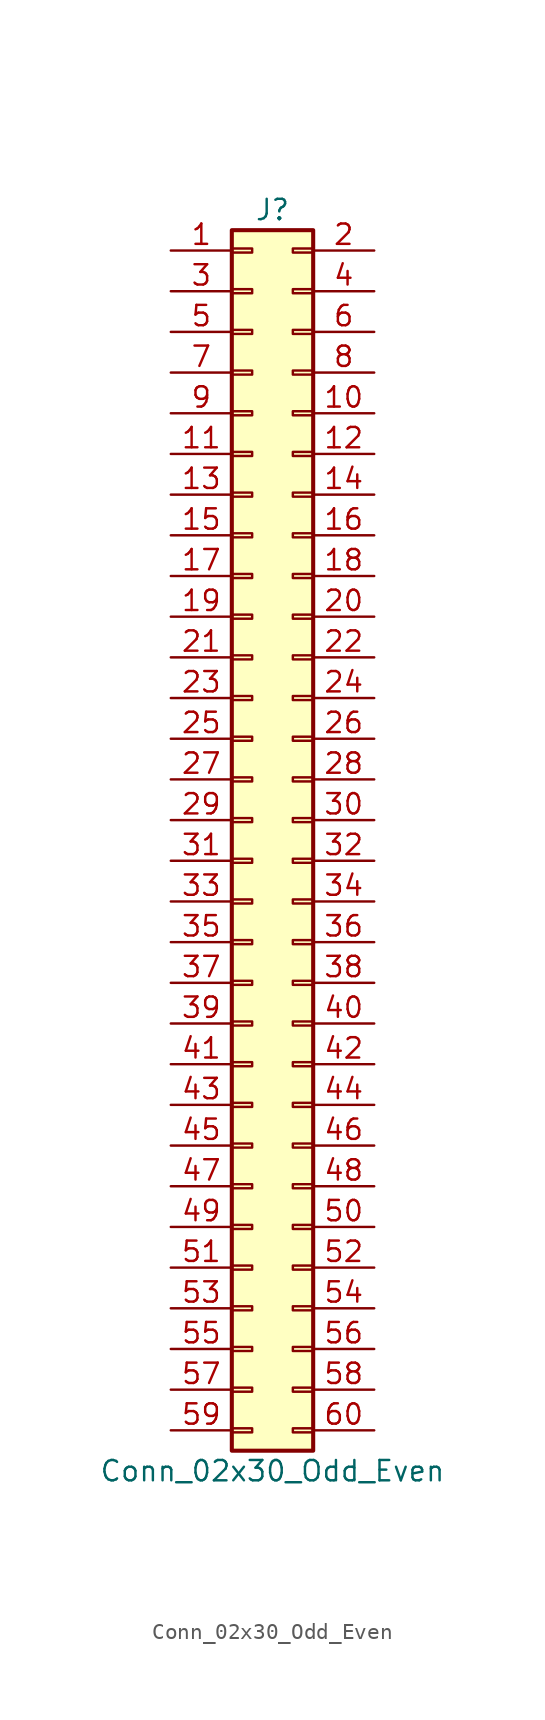
<source format=kicad_sym>
(kicad_symbol_lib
  (version 20201005)
  (generator kicad_symbol_editor)
  (symbol "Conn_02x30_Odd_Even"
    (pin_names
      (offset 1.016) hide)
    (property "Reference" "J"
      (at 1.27 38.1 0)
      (effects (font (size 1.27 1.27))))
    (property "Value" "Conn_02x30_Odd_Even"
      (at 1.27 -40.64 0)
      (effects (font (size 1.27 1.27))))
    (symbol "Conn_02x30_Odd_Even_1_1"
      (rectangle (start -1.27 -37.973) (end 0 -38.227) (stroke (width 0.152)) (fill (type none)))
      (rectangle (start -1.27 -35.433) (end 0 -35.687) (stroke (width 0.152)) (fill (type none)))
      (rectangle (start -1.27 -32.893) (end 0 -33.147) (stroke (width 0.152)) (fill (type none)))
      (rectangle (start -1.27 -30.353) (end 0 -30.607) (stroke (width 0.152)) (fill (type none)))
      (rectangle (start -1.27 -27.813) (end 0 -28.067) (stroke (width 0.152)) (fill (type none)))
      (rectangle (start -1.27 -25.273) (end 0 -25.527) (stroke (width 0.152)) (fill (type none)))
      (rectangle (start -1.27 -22.733) (end 0 -22.987) (stroke (width 0.152)) (fill (type none)))
      (rectangle (start -1.27 -20.193) (end 0 -20.447) (stroke (width 0.152)) (fill (type none)))
      (rectangle (start -1.27 -17.653) (end 0 -17.907) (stroke (width 0.152)) (fill (type none)))
      (rectangle (start -1.27 -15.113) (end 0 -15.367) (stroke (width 0.152)) (fill (type none)))
      (rectangle (start -1.27 -12.573) (end 0 -12.827) (stroke (width 0.152)) (fill (type none)))
      (rectangle (start -1.27 -10.033) (end 0 -10.287) (stroke (width 0.152)) (fill (type none)))
      (rectangle (start -1.27 -7.493) (end 0 -7.747) (stroke (width 0.152)) (fill (type none)))
      (rectangle (start -1.27 -4.953) (end 0 -5.207) (stroke (width 0.152)) (fill (type none)))
      (rectangle (start -1.27 -2.413) (end 0 -2.667) (stroke (width 0.152)) (fill (type none)))
      (rectangle (start -1.27 0.127) (end 0 -0.127) (stroke (width 0.152)) (fill (type none)))
      (rectangle (start -1.27 2.667) (end 0 2.413) (stroke (width 0.152)) (fill (type none)))
      (rectangle (start -1.27 5.207) (end 0 4.953) (stroke (width 0.152)) (fill (type none)))
      (rectangle (start -1.27 7.747) (end 0 7.493) (stroke (width 0.152)) (fill (type none)))
      (rectangle (start -1.27 10.287) (end 0 10.033) (stroke (width 0.152)) (fill (type none)))
      (rectangle (start -1.27 12.827) (end 0 12.573) (stroke (width 0.152)) (fill (type none)))
      (rectangle (start -1.27 15.367) (end 0 15.113) (stroke (width 0.152)) (fill (type none)))
      (rectangle (start -1.27 17.907) (end 0 17.653) (stroke (width 0.152)) (fill (type none)))
      (rectangle (start -1.27 20.447) (end 0 20.193) (stroke (width 0.152)) (fill (type none)))
      (rectangle (start -1.27 22.987) (end 0 22.733) (stroke (width 0.152)) (fill (type none)))
      (rectangle (start -1.27 25.527) (end 0 25.273) (stroke (width 0.152)) (fill (type none)))
      (rectangle (start -1.27 28.067) (end 0 27.813) (stroke (width 0.152)) (fill (type none)))
      (rectangle (start -1.27 30.607) (end 0 30.353) (stroke (width 0.152)) (fill (type none)))
      (rectangle (start -1.27 33.147) (end 0 32.893) (stroke (width 0.152)) (fill (type none)))
      (rectangle (start -1.27 35.687) (end 0 35.433) (stroke (width 0.152)) (fill (type none)))
      (rectangle (start -1.27 36.83) (end 3.81 -39.37) (stroke (width 0.254)) (fill (type background)))
      (rectangle (start 3.81 -37.973) (end 2.54 -38.227) (stroke (width 0.152)) (fill (type none)))
      (rectangle (start 3.81 -35.433) (end 2.54 -35.687) (stroke (width 0.152)) (fill (type none)))
      (rectangle (start 3.81 -32.893) (end 2.54 -33.147) (stroke (width 0.152)) (fill (type none)))
      (rectangle (start 3.81 -30.353) (end 2.54 -30.607) (stroke (width 0.152)) (fill (type none)))
      (rectangle (start 3.81 -27.813) (end 2.54 -28.067) (stroke (width 0.152)) (fill (type none)))
      (rectangle (start 3.81 -25.273) (end 2.54 -25.527) (stroke (width 0.152)) (fill (type none)))
      (rectangle (start 3.81 -22.733) (end 2.54 -22.987) (stroke (width 0.152)) (fill (type none)))
      (rectangle (start 3.81 -20.193) (end 2.54 -20.447) (stroke (width 0.152)) (fill (type none)))
      (rectangle (start 3.81 -17.653) (end 2.54 -17.907) (stroke (width 0.152)) (fill (type none)))
      (rectangle (start 3.81 -15.113) (end 2.54 -15.367) (stroke (width 0.152)) (fill (type none)))
      (rectangle (start 3.81 -12.573) (end 2.54 -12.827) (stroke (width 0.152)) (fill (type none)))
      (rectangle (start 3.81 -10.033) (end 2.54 -10.287) (stroke (width 0.152)) (fill (type none)))
      (rectangle (start 3.81 -7.493) (end 2.54 -7.747) (stroke (width 0.152)) (fill (type none)))
      (rectangle (start 3.81 -4.953) (end 2.54 -5.207) (stroke (width 0.152)) (fill (type none)))
      (rectangle (start 3.81 -2.413) (end 2.54 -2.667) (stroke (width 0.152)) (fill (type none)))
      (rectangle (start 3.81 0.127) (end 2.54 -0.127) (stroke (width 0.152)) (fill (type none)))
      (rectangle (start 3.81 2.667) (end 2.54 2.413) (stroke (width 0.152)) (fill (type none)))
      (rectangle (start 3.81 5.207) (end 2.54 4.953) (stroke (width 0.152)) (fill (type none)))
      (rectangle (start 3.81 7.747) (end 2.54 7.493) (stroke (width 0.152)) (fill (type none)))
      (rectangle (start 3.81 10.287) (end 2.54 10.033) (stroke (width 0.152)) (fill (type none)))
      (rectangle (start 3.81 12.827) (end 2.54 12.573) (stroke (width 0.152)) (fill (type none)))
      (rectangle (start 3.81 15.367) (end 2.54 15.113) (stroke (width 0.152)) (fill (type none)))
      (rectangle (start 3.81 17.907) (end 2.54 17.653) (stroke (width 0.152)) (fill (type none)))
      (rectangle (start 3.81 20.447) (end 2.54 20.193) (stroke (width 0.152)) (fill (type none)))
      (rectangle (start 3.81 22.987) (end 2.54 22.733) (stroke (width 0.152)) (fill (type none)))
      (rectangle (start 3.81 25.527) (end 2.54 25.273) (stroke (width 0.152)) (fill (type none)))
      (rectangle (start 3.81 28.067) (end 2.54 27.813) (stroke (width 0.152)) (fill (type none)))
      (rectangle (start 3.81 30.607) (end 2.54 30.353) (stroke (width 0.152)) (fill (type none)))
      (rectangle (start 3.81 33.147) (end 2.54 32.893) (stroke (width 0.152)) (fill (type none)))
      (rectangle (start 3.81 35.687) (end 2.54 35.433) (stroke (width 0.152)) (fill (type none)))
      (pin passive line (at -5.08 35.56 0) (length 3.81) (name "Pin_1" (effects (font (size 1.27 1.27)))) (number "1" (effects (font (size 1.27 1.27)))))
      (pin passive line (at 7.62 25.4 180) (length 3.81) (name "Pin_10" (effects (font (size 1.27 1.27)))) (number "10" (effects (font (size 1.27 1.27)))))
      (pin passive line (at -5.08 22.86 0) (length 3.81) (name "Pin_11" (effects (font (size 1.27 1.27)))) (number "11" (effects (font (size 1.27 1.27)))))
      (pin passive line (at 7.62 22.86 180) (length 3.81) (name "Pin_12" (effects (font (size 1.27 1.27)))) (number "12" (effects (font (size 1.27 1.27)))))
      (pin passive line (at -5.08 20.32 0) (length 3.81) (name "Pin_13" (effects (font (size 1.27 1.27)))) (number "13" (effects (font (size 1.27 1.27)))))
      (pin passive line (at 7.62 20.32 180) (length 3.81) (name "Pin_14" (effects (font (size 1.27 1.27)))) (number "14" (effects (font (size 1.27 1.27)))))
      (pin passive line (at -5.08 17.78 0) (length 3.81) (name "Pin_15" (effects (font (size 1.27 1.27)))) (number "15" (effects (font (size 1.27 1.27)))))
      (pin passive line (at 7.62 17.78 180) (length 3.81) (name "Pin_16" (effects (font (size 1.27 1.27)))) (number "16" (effects (font (size 1.27 1.27)))))
      (pin passive line (at -5.08 15.24 0) (length 3.81) (name "Pin_17" (effects (font (size 1.27 1.27)))) (number "17" (effects (font (size 1.27 1.27)))))
      (pin passive line (at 7.62 15.24 180) (length 3.81) (name "Pin_18" (effects (font (size 1.27 1.27)))) (number "18" (effects (font (size 1.27 1.27)))))
      (pin passive line (at -5.08 12.7 0) (length 3.81) (name "Pin_19" (effects (font (size 1.27 1.27)))) (number "19" (effects (font (size 1.27 1.27)))))
      (pin passive line (at 7.62 35.56 180) (length 3.81) (name "Pin_2" (effects (font (size 1.27 1.27)))) (number "2" (effects (font (size 1.27 1.27)))))
      (pin passive line (at 7.62 12.7 180) (length 3.81) (name "Pin_20" (effects (font (size 1.27 1.27)))) (number "20" (effects (font (size 1.27 1.27)))))
      (pin passive line (at -5.08 10.16 0) (length 3.81) (name "Pin_21" (effects (font (size 1.27 1.27)))) (number "21" (effects (font (size 1.27 1.27)))))
      (pin passive line (at 7.62 10.16 180) (length 3.81) (name "Pin_22" (effects (font (size 1.27 1.27)))) (number "22" (effects (font (size 1.27 1.27)))))
      (pin passive line (at -5.08 7.62 0) (length 3.81) (name "Pin_23" (effects (font (size 1.27 1.27)))) (number "23" (effects (font (size 1.27 1.27)))))
      (pin passive line (at 7.62 7.62 180) (length 3.81) (name "Pin_24" (effects (font (size 1.27 1.27)))) (number "24" (effects (font (size 1.27 1.27)))))
      (pin passive line (at -5.08 5.08 0) (length 3.81) (name "Pin_25" (effects (font (size 1.27 1.27)))) (number "25" (effects (font (size 1.27 1.27)))))
      (pin passive line (at 7.62 5.08 180) (length 3.81) (name "Pin_26" (effects (font (size 1.27 1.27)))) (number "26" (effects (font (size 1.27 1.27)))))
      (pin passive line (at -5.08 2.54 0) (length 3.81) (name "Pin_27" (effects (font (size 1.27 1.27)))) (number "27" (effects (font (size 1.27 1.27)))))
      (pin passive line (at 7.62 2.54 180) (length 3.81) (name "Pin_28" (effects (font (size 1.27 1.27)))) (number "28" (effects (font (size 1.27 1.27)))))
      (pin passive line (at -5.08 0 0) (length 3.81) (name "Pin_29" (effects (font (size 1.27 1.27)))) (number "29" (effects (font (size 1.27 1.27)))))
      (pin passive line (at -5.08 33.02 0) (length 3.81) (name "Pin_3" (effects (font (size 1.27 1.27)))) (number "3" (effects (font (size 1.27 1.27)))))
      (pin passive line (at 7.62 0 180) (length 3.81) (name "Pin_30" (effects (font (size 1.27 1.27)))) (number "30" (effects (font (size 1.27 1.27)))))
      (pin passive line (at -5.08 -2.54 0) (length 3.81) (name "Pin_31" (effects (font (size 1.27 1.27)))) (number "31" (effects (font (size 1.27 1.27)))))
      (pin passive line (at 7.62 -2.54 180) (length 3.81) (name "Pin_32" (effects (font (size 1.27 1.27)))) (number "32" (effects (font (size 1.27 1.27)))))
      (pin passive line (at -5.08 -5.08 0) (length 3.81) (name "Pin_33" (effects (font (size 1.27 1.27)))) (number "33" (effects (font (size 1.27 1.27)))))
      (pin passive line (at 7.62 -5.08 180) (length 3.81) (name "Pin_34" (effects (font (size 1.27 1.27)))) (number "34" (effects (font (size 1.27 1.27)))))
      (pin passive line (at -5.08 -7.62 0) (length 3.81) (name "Pin_35" (effects (font (size 1.27 1.27)))) (number "35" (effects (font (size 1.27 1.27)))))
      (pin passive line (at 7.62 -7.62 180) (length 3.81) (name "Pin_36" (effects (font (size 1.27 1.27)))) (number "36" (effects (font (size 1.27 1.27)))))
      (pin passive line (at -5.08 -10.16 0) (length 3.81) (name "Pin_37" (effects (font (size 1.27 1.27)))) (number "37" (effects (font (size 1.27 1.27)))))
      (pin passive line (at 7.62 -10.16 180) (length 3.81) (name "Pin_38" (effects (font (size 1.27 1.27)))) (number "38" (effects (font (size 1.27 1.27)))))
      (pin passive line (at -5.08 -12.7 0) (length 3.81) (name "Pin_39" (effects (font (size 1.27 1.27)))) (number "39" (effects (font (size 1.27 1.27)))))
      (pin passive line (at 7.62 33.02 180) (length 3.81) (name "Pin_4" (effects (font (size 1.27 1.27)))) (number "4" (effects (font (size 1.27 1.27)))))
      (pin passive line (at 7.62 -12.7 180) (length 3.81) (name "Pin_40" (effects (font (size 1.27 1.27)))) (number "40" (effects (font (size 1.27 1.27)))))
      (pin passive line (at -5.08 -15.24 0) (length 3.81) (name "Pin_41" (effects (font (size 1.27 1.27)))) (number "41" (effects (font (size 1.27 1.27)))))
      (pin passive line (at 7.62 -15.24 180) (length 3.81) (name "Pin_42" (effects (font (size 1.27 1.27)))) (number "42" (effects (font (size 1.27 1.27)))))
      (pin passive line (at -5.08 -17.78 0) (length 3.81) (name "Pin_43" (effects (font (size 1.27 1.27)))) (number "43" (effects (font (size 1.27 1.27)))))
      (pin passive line (at 7.62 -17.78 180) (length 3.81) (name "Pin_44" (effects (font (size 1.27 1.27)))) (number "44" (effects (font (size 1.27 1.27)))))
      (pin passive line (at -5.08 -20.32 0) (length 3.81) (name "Pin_45" (effects (font (size 1.27 1.27)))) (number "45" (effects (font (size 1.27 1.27)))))
      (pin passive line (at 7.62 -20.32 180) (length 3.81) (name "Pin_46" (effects (font (size 1.27 1.27)))) (number "46" (effects (font (size 1.27 1.27)))))
      (pin passive line (at -5.08 -22.86 0) (length 3.81) (name "Pin_47" (effects (font (size 1.27 1.27)))) (number "47" (effects (font (size 1.27 1.27)))))
      (pin passive line (at 7.62 -22.86 180) (length 3.81) (name "Pin_48" (effects (font (size 1.27 1.27)))) (number "48" (effects (font (size 1.27 1.27)))))
      (pin passive line (at -5.08 -25.4 0) (length 3.81) (name "Pin_49" (effects (font (size 1.27 1.27)))) (number "49" (effects (font (size 1.27 1.27)))))
      (pin passive line (at -5.08 30.48 0) (length 3.81) (name "Pin_5" (effects (font (size 1.27 1.27)))) (number "5" (effects (font (size 1.27 1.27)))))
      (pin passive line (at 7.62 -25.4 180) (length 3.81) (name "Pin_50" (effects (font (size 1.27 1.27)))) (number "50" (effects (font (size 1.27 1.27)))))
      (pin passive line (at -5.08 -27.94 0) (length 3.81) (name "Pin_51" (effects (font (size 1.27 1.27)))) (number "51" (effects (font (size 1.27 1.27)))))
      (pin passive line (at 7.62 -27.94 180) (length 3.81) (name "Pin_52" (effects (font (size 1.27 1.27)))) (number "52" (effects (font (size 1.27 1.27)))))
      (pin passive line (at -5.08 -30.48 0) (length 3.81) (name "Pin_53" (effects (font (size 1.27 1.27)))) (number "53" (effects (font (size 1.27 1.27)))))
      (pin passive line (at 7.62 -30.48 180) (length 3.81) (name "Pin_54" (effects (font (size 1.27 1.27)))) (number "54" (effects (font (size 1.27 1.27)))))
      (pin passive line (at -5.08 -33.02 0) (length 3.81) (name "Pin_55" (effects (font (size 1.27 1.27)))) (number "55" (effects (font (size 1.27 1.27)))))
      (pin passive line (at 7.62 -33.02 180) (length 3.81) (name "Pin_56" (effects (font (size 1.27 1.27)))) (number "56" (effects (font (size 1.27 1.27)))))
      (pin passive line (at -5.08 -35.56 0) (length 3.81) (name "Pin_57" (effects (font (size 1.27 1.27)))) (number "57" (effects (font (size 1.27 1.27)))))
      (pin passive line (at 7.62 -35.56 180) (length 3.81) (name "Pin_58" (effects (font (size 1.27 1.27)))) (number "58" (effects (font (size 1.27 1.27)))))
      (pin passive line (at -5.08 -38.1 0) (length 3.81) (name "Pin_59" (effects (font (size 1.27 1.27)))) (number "59" (effects (font (size 1.27 1.27)))))
      (pin passive line (at 7.62 30.48 180) (length 3.81) (name "Pin_6" (effects (font (size 1.27 1.27)))) (number "6" (effects (font (size 1.27 1.27)))))
      (pin passive line (at 7.62 -38.1 180) (length 3.81) (name "Pin_60" (effects (font (size 1.27 1.27)))) (number "60" (effects (font (size 1.27 1.27)))))
      (pin passive line (at -5.08 27.94 0) (length 3.81) (name "Pin_7" (effects (font (size 1.27 1.27)))) (number "7" (effects (font (size 1.27 1.27)))))
      (pin passive line (at 7.62 27.94 180) (length 3.81) (name "Pin_8" (effects (font (size 1.27 1.27)))) (number "8" (effects (font (size 1.27 1.27)))))
      (pin passive line (at -5.08 25.4 0) (length 3.81) (name "Pin_9" (effects (font (size 1.27 1.27)))) (number "9" (effects (font (size 1.27 1.27))))))))
</source>
